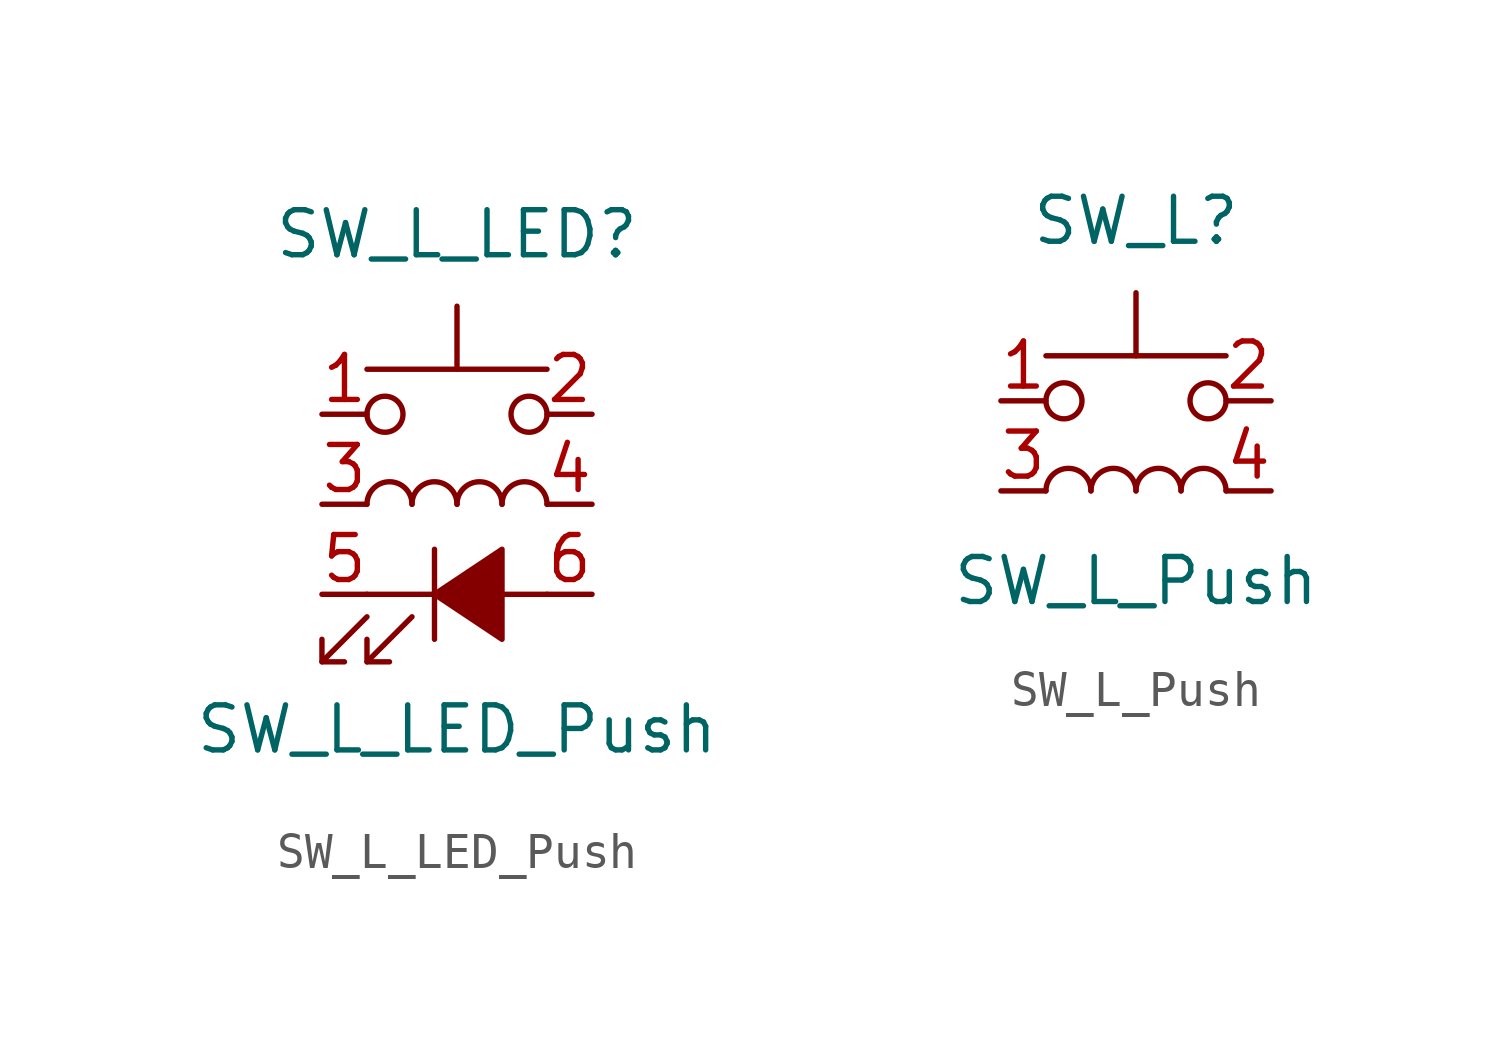
<source format=kicad_sym>
(kicad_symbol_lib
  (version 20211014)
  (generator kicad_symbol_editor)
  (symbol "SW_L_LED_Push"
    (property "Reference" "SW_L_LED"
      (at 0 3.81 0)
      (effects (font (size 1.27 1.27))))
    (property "Value" "SW_L_LED_Push"
      (at 0 -10.16 0)
      (effects (font (size 1.27 1.27))))
    (symbol "SW_L_LED_Push_0_0"
      (polyline (pts (xy -3.81 -8.255) (xy -2.54 -6.985)) (stroke (width 0) (type default) (color 0 0 0 0)) (fill (type none)))
      (polyline (pts (xy -2.54 -8.255) (xy -1.27 -6.985)) (stroke (width 0) (type default) (color 0 0 0 0)) (fill (type none)))
      (polyline (pts (xy -2.54 -6.35) (xy 2.54 -6.35)) (stroke (width 0) (type default) (color 0 0 0 0)) (fill (type none)))
      (polyline (pts (xy -0.635 -5.08) (xy -0.635 -7.62)) (stroke (width 0) (type default) (color 0 0 0 0)) (fill (type none)))
      (polyline (pts (xy -3.81 -7.62) (xy -3.81 -8.255) (xy -3.175 -8.255)) (stroke (width 0) (type default) (color 0 0 0 0)) (fill (type none)))
      (polyline (pts (xy -2.54 -7.62) (xy -2.54 -8.255) (xy -1.905 -8.255)) (stroke (width 0) (type default) (color 0 0 0 0)) (fill (type none)))
      (polyline (pts (xy -0.635 -6.35) (xy 1.27 -5.08) (xy 1.27 -7.62) (xy -0.635 -6.35)) (stroke (width 0) (type default) (color 0 0 0 0)) (fill (type outline))))
    (symbol "SW_L_LED_Push_0_1"
      (circle (center -2.032 -1.27) (radius 0.508) (stroke (width 0) (type default) (color 0 0 0 0)) (fill (type none)))
      (arc (start -1.27 -3.81) (mid -1.905 -3.175) (end -2.54 -3.81) (stroke (width 0) (type default) (color 0 0 0 0)) (fill (type none)))
      (arc (start 0 -3.81) (mid -0.635 -3.175) (end -1.27 -3.81) (stroke (width 0) (type default) (color 0 0 0 0)) (fill (type none)))
      (polyline (pts (xy 0 0) (xy 0 1.778)) (stroke (width 0) (type default) (color 0 0 0 0)) (fill (type none)))
      (polyline (pts (xy 2.54 0) (xy -2.54 0)) (stroke (width 0) (type default) (color 0 0 0 0)) (fill (type none)))
      (arc (start 1.27 -3.81) (mid 0.635 -3.175) (end 0 -3.81) (stroke (width 0) (type default) (color 0 0 0 0)) (fill (type none)))
      (circle (center 2.032 -1.27) (radius 0.508) (stroke (width 0) (type default) (color 0 0 0 0)) (fill (type none)))
      (arc (start 2.54 -3.81) (mid 1.905 -3.175) (end 1.27 -3.81) (stroke (width 0) (type default) (color 0 0 0 0)) (fill (type none)))
      (pin passive line (at -3.81 -1.27 0) (length 1.27) (name "" (effects (font (size 1.27 1.27)))) (number "1" (effects (font (size 1.27 1.27)))))
      (pin passive line (at 3.81 -1.27 180) (length 1.27) (name "" (effects (font (size 1.27 1.27)))) (number "2" (effects (font (size 1.27 1.27)))))
      (pin passive line (at -3.81 -6.35 0) (length 1.27) (name "" (effects (font (size 1.27 1.27)))) (number "5" (effects (font (size 1.27 1.27)))))
      (pin passive line (at 3.81 -6.35 180) (length 1.27) (name "" (effects (font (size 1.27 1.27)))) (number "6" (effects (font (size 1.27 1.27))))))
    (symbol "SW_L_LED_Push_1_1"
      (pin passive line (at -3.81 -3.81 0) (length 1.27) (name "" (effects (font (size 1.27 1.27)))) (number "3" (effects (font (size 1.27 1.27)))))
      (pin passive line (at 3.81 -3.81 180) (length 1.27) (name "" (effects (font (size 1.27 1.27)))) (number "4" (effects (font (size 1.27 1.27)))))))
  (symbol "SW_L_Push"
    (property "Reference" "SW_L"
      (at 0 3.81 0)
      (effects (font (size 1.27 1.27))))
    (property "Value" "SW_L_Push"
      (at 0 -6.35 0)
      (effects (font (size 1.27 1.27))))
    (symbol "SW_L_Push_0_1"
      (circle (center -2.032 -1.27) (radius 0.508) (stroke (width 0) (type default) (color 0 0 0 0)) (fill (type none)))
      (arc (start -1.27 -3.81) (mid -1.905 -3.175) (end -2.54 -3.81) (stroke (width 0) (type default) (color 0 0 0 0)) (fill (type none)))
      (arc (start 0 -3.81) (mid -0.635 -3.175) (end -1.27 -3.81) (stroke (width 0) (type default) (color 0 0 0 0)) (fill (type none)))
      (polyline (pts (xy 0 0) (xy 0 1.778)) (stroke (width 0) (type default) (color 0 0 0 0)) (fill (type none)))
      (polyline (pts (xy 2.54 0) (xy -2.54 0)) (stroke (width 0) (type default) (color 0 0 0 0)) (fill (type none)))
      (arc (start 1.27 -3.81) (mid 0.635 -3.175) (end 0 -3.81) (stroke (width 0) (type default) (color 0 0 0 0)) (fill (type none)))
      (circle (center 2.032 -1.27) (radius 0.508) (stroke (width 0) (type default) (color 0 0 0 0)) (fill (type none)))
      (arc (start 2.54 -3.81) (mid 1.905 -3.175) (end 1.27 -3.81) (stroke (width 0) (type default) (color 0 0 0 0)) (fill (type none)))
      (pin passive line (at -3.81 -1.27 0) (length 1.27) (name "" (effects (font (size 1.27 1.27)))) (number "1" (effects (font (size 1.27 1.27)))))
      (pin passive line (at 3.81 -1.27 180) (length 1.27) (name "" (effects (font (size 1.27 1.27)))) (number "2" (effects (font (size 1.27 1.27))))))
    (symbol "SW_L_Push_1_1"
      (pin passive line (at -3.81 -3.81 0) (length 1.27) (name "" (effects (font (size 1.27 1.27)))) (number "3" (effects (font (size 1.27 1.27)))))
      (pin passive line (at 3.81 -3.81 180) (length 1.27) (name "" (effects (font (size 1.27 1.27)))) (number "4" (effects (font (size 1.27 1.27))))))))
</source>
